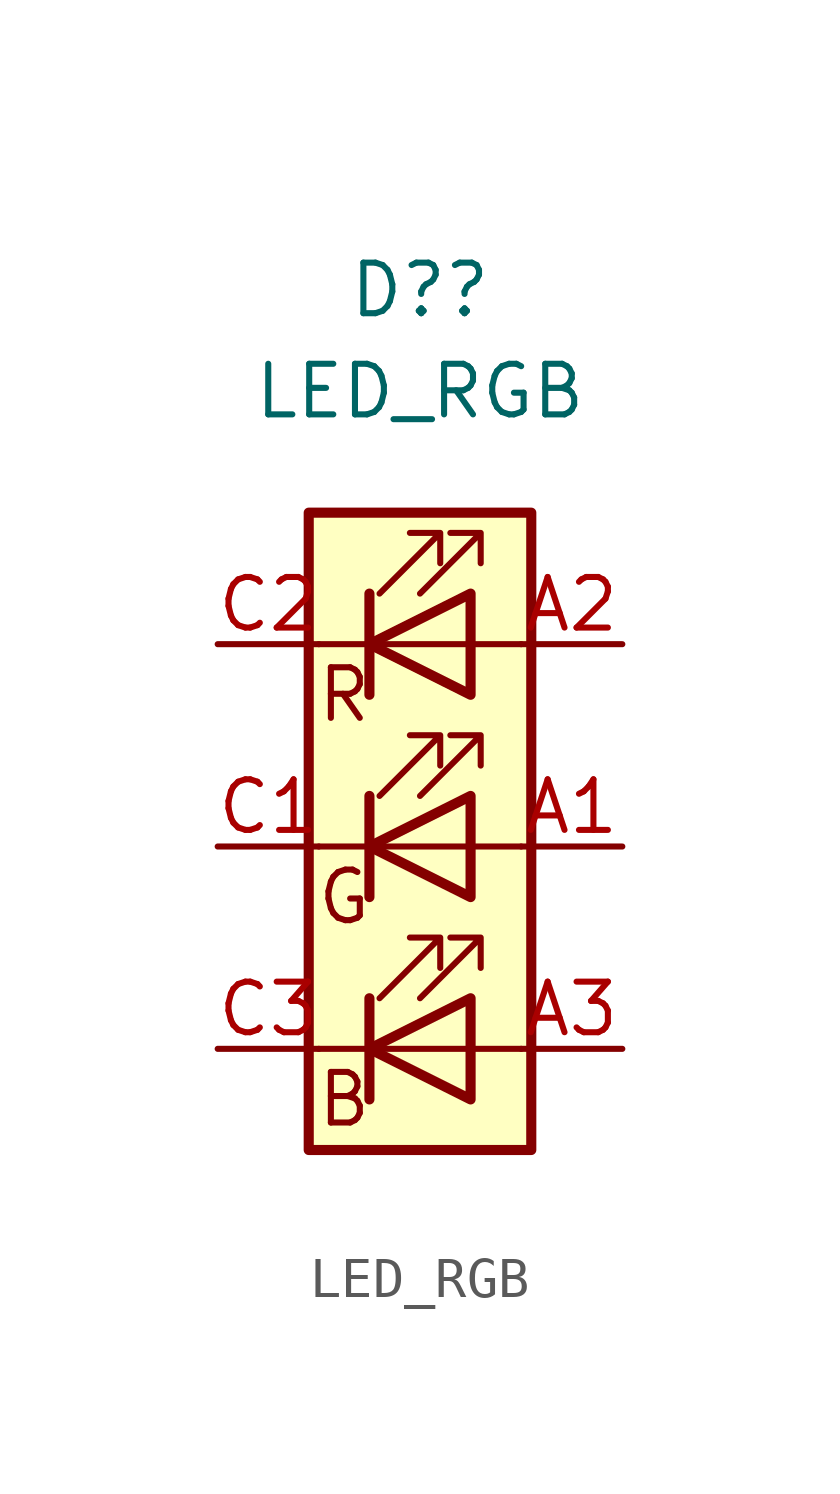
<source format=kicad_sym>
(kicad_symbol_lib
  (version 20241209)
  (generator "kicad_symbol_editor")
  (generator_version "9.0")
  (symbol "LED_RGB"
    (pin_names
      (offset 0)
      (hide yes))
    (property "Reference" "D?"
      (at 0 13.97 0)
      (effects (font (size 1.27 1.27))))
    (property "Value" "LED_RGB"
      (at 0 11.43 0)
      (effects (font (size 1.27 1.27))))
    (symbol "LED_RGB_0_0"
      (text "R" (at -1.905 3.81 0) (effects (font (size 1.27 1.27))))
      (text "G" (at -1.905 -1.27 0) (effects (font (size 1.27 1.27))))
      (text "B" (at -1.905 -6.35 0) (effects (font (size 1.27 1.27)))))
    (symbol "LED_RGB_0_1"
      (polyline (pts (xy -1.27 6.35) (xy -1.27 3.81)) (stroke (width 0.254) (type default)) (fill (type none)))
      (polyline (pts (xy -1.27 6.35) (xy -1.27 3.81) (xy -1.27 3.81)) (stroke (width 0) (type default)) (fill (type none)))
      (polyline (pts (xy -1.27 5.08) (xy -2.54 5.08)) (stroke (width 0) (type default)) (fill (type none)))
      (polyline (pts (xy -1.27 5.08) (xy 1.27 5.08)) (stroke (width 0) (type default)) (fill (type none)))
      (polyline (pts (xy -1.27 1.27) (xy -1.27 -1.27)) (stroke (width 0.254) (type default)) (fill (type none)))
      (polyline (pts (xy -1.27 1.27) (xy -1.27 -1.27) (xy -1.27 -1.27)) (stroke (width 0) (type default)) (fill (type none)))
      (polyline (pts (xy -1.27 0) (xy -2.54 0)) (stroke (width 0) (type default)) (fill (type none)))
      (polyline (pts (xy -1.27 -3.81) (xy -1.27 -6.35)) (stroke (width 0.254) (type default)) (fill (type none)))
      (polyline (pts (xy -1.27 -5.08) (xy -2.54 -5.08)) (stroke (width 0) (type default)) (fill (type none)))
      (polyline (pts (xy -1.27 -5.08) (xy 1.27 -5.08)) (stroke (width 0) (type default)) (fill (type none)))
      (polyline (pts (xy -1.016 6.35) (xy 0.508 7.874) (xy -0.254 7.874) (xy 0.508 7.874) (xy 0.508 7.112)) (stroke (width 0) (type default)) (fill (type none)))
      (polyline (pts (xy -1.016 1.27) (xy 0.508 2.794) (xy -0.254 2.794) (xy 0.508 2.794) (xy 0.508 2.032)) (stroke (width 0) (type default)) (fill (type none)))
      (polyline (pts (xy -1.016 -3.81) (xy 0.508 -2.286) (xy -0.254 -2.286) (xy 0.508 -2.286) (xy 0.508 -3.048)) (stroke (width 0) (type default)) (fill (type none)))
      (polyline (pts (xy 0 6.35) (xy 1.524 7.874) (xy 0.762 7.874) (xy 1.524 7.874) (xy 1.524 7.112)) (stroke (width 0) (type default)) (fill (type none)))
      (polyline (pts (xy 0 1.27) (xy 1.524 2.794) (xy 0.762 2.794) (xy 1.524 2.794) (xy 1.524 2.032)) (stroke (width 0) (type default)) (fill (type none)))
      (polyline (pts (xy 0 -3.81) (xy 1.524 -2.286) (xy 0.762 -2.286) (xy 1.524 -2.286) (xy 1.524 -3.048)) (stroke (width 0) (type default)) (fill (type none)))
      (polyline (pts (xy 1.27 6.35) (xy 1.27 3.81) (xy -1.27 5.08) (xy 1.27 6.35)) (stroke (width 0.254) (type default)) (fill (type none)))
      (rectangle (start 1.27 6.35) (end 1.27 6.35) (stroke (width 0) (type default)) (fill (type none)))
      (polyline (pts (xy 1.27 5.08) (xy 2.54 5.08)) (stroke (width 0) (type default)) (fill (type none)))
      (rectangle (start 1.27 3.81) (end 1.27 6.35) (stroke (width 0) (type default)) (fill (type none)))
      (polyline (pts (xy 1.27 1.27) (xy 1.27 -1.27) (xy -1.27 0) (xy 1.27 1.27)) (stroke (width 0.254) (type default)) (fill (type none)))
      (rectangle (start 1.27 1.27) (end 1.27 1.27) (stroke (width 0) (type default)) (fill (type none)))
      (polyline (pts (xy 1.27 0) (xy -1.27 0)) (stroke (width 0) (type default)) (fill (type none)))
      (polyline (pts (xy 1.27 0) (xy 2.54 0)) (stroke (width 0) (type default)) (fill (type none)))
      (rectangle (start 1.27 -1.27) (end 1.27 1.27) (stroke (width 0) (type default)) (fill (type none)))
      (polyline (pts (xy 1.27 -3.81) (xy 1.27 -6.35) (xy -1.27 -5.08) (xy 1.27 -3.81)) (stroke (width 0.254) (type default)) (fill (type none)))
      (polyline (pts (xy 1.27 -5.08) (xy 2.54 -5.08)) (stroke (width 0) (type default)) (fill (type none)))
      (rectangle (start 2.794 8.382) (end -2.794 -7.62) (stroke (width 0.254) (type default)) (fill (type background))))
    (symbol "LED_RGB_1_1"
      (pin passive line (at -5.08 5.08 0) (length 2.54) (name "RK" (effects (font (size 1.27 1.27)))) (number "C2" (effects (font (size 1.27 1.27)))))
      (pin passive line (at -5.08 0 0) (length 2.54) (name "GK" (effects (font (size 1.27 1.27)))) (number "C1" (effects (font (size 1.27 1.27)))))
      (pin passive line (at -5.08 -5.08 0) (length 2.54) (name "BK" (effects (font (size 1.27 1.27)))) (number "C3" (effects (font (size 1.27 1.27)))))
      (pin passive line (at 5.08 5.08 180) (length 2.54) (name "RA" (effects (font (size 1.27 1.27)))) (number "A2" (effects (font (size 1.27 1.27)))))
      (pin passive line (at 5.08 0 180) (length 2.54) (name "GA" (effects (font (size 1.27 1.27)))) (number "A1" (effects (font (size 1.27 1.27)))))
      (pin passive line (at 5.08 -5.08 180) (length 2.54) (name "BA" (effects (font (size 1.27 1.27)))) (number "A3" (effects (font (size 1.27 1.27))))))))
</source>
